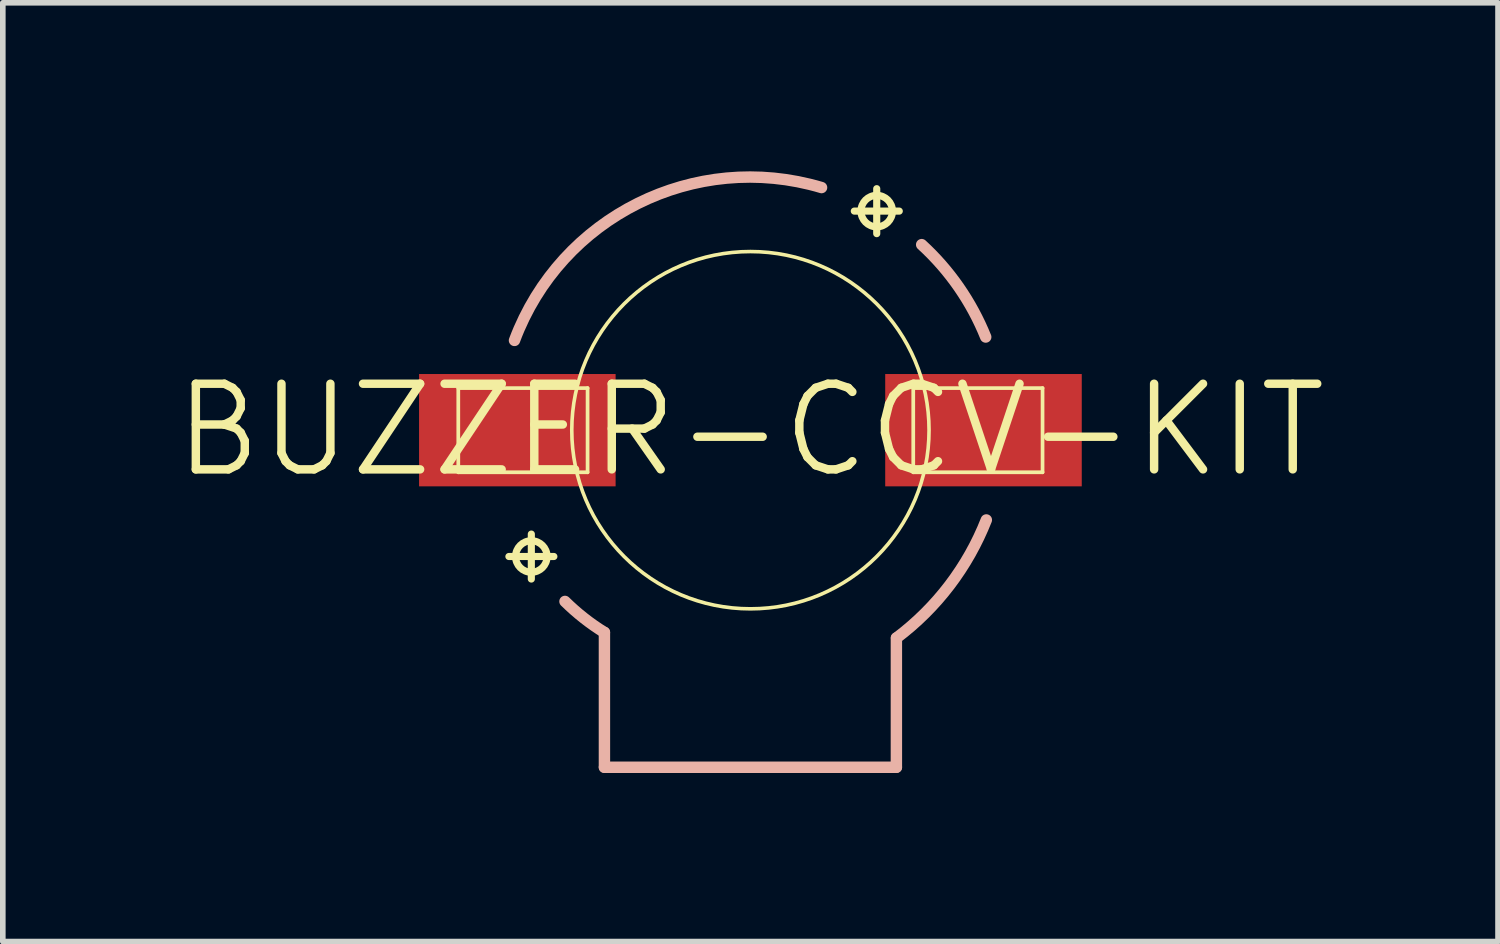
<source format=kicad_pcb>
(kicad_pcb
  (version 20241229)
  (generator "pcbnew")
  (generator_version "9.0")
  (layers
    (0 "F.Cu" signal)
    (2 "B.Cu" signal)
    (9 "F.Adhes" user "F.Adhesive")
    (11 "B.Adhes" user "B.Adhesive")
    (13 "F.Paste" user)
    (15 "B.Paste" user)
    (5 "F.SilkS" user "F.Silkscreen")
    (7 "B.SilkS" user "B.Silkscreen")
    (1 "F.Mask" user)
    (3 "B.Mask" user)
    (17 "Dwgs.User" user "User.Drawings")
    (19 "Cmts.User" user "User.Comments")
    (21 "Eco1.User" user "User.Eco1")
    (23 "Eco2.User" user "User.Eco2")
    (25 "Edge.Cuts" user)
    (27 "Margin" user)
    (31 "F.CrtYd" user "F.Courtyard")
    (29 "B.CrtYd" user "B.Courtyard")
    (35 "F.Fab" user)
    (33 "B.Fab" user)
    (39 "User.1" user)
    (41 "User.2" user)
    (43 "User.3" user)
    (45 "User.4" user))
  (footprint "BUZZER-CCV-KIT"
    (layer "F.Cu")
    (at 10.305 4.606)
    (property "Reference" "BUZZER-CCV-KIT" (at 0 0 0) (layer "F.SilkS") (effects (font (size 1.524 1.524) (thickness 0.15))))
    (attr smd)
    (fp_line (start -5.199 -0.749) (end -2.898 -0.749) (stroke (width 0.066) (type solid)) (layer "F.SilkS"))
    (fp_line (start -5.199 0.749) (end -5.199 -0.749) (stroke (width 0.066) (type solid)) (layer "F.SilkS"))
    (fp_line (start -5.199 0.749) (end -2.898 0.749) (stroke (width 0.066) (type solid)) (layer "F.SilkS"))
    (fp_line (start -4.298 2.248) (end -3.498 2.248) (stroke (width 0.127) (type solid)) (layer "F.SilkS"))
    (fp_line (start -3.899 2.649) (end -3.899 1.849) (stroke (width 0.127) (type solid)) (layer "F.SilkS"))
    (fp_line (start -2.898 0.749) (end -2.898 -0.749) (stroke (width 0.066) (type solid)) (layer "F.SilkS"))
    (fp_line (start -2.598 5.999) (end -2.598 3.698) (stroke (width 0.127) (type solid)) (layer "F.SilkS"))
    (fp_line (start 1.849 -3.899) (end 2.649 -3.899) (stroke (width 0.127) (type solid)) (layer "F.SilkS"))
    (fp_line (start 2.248 -3.498) (end 2.248 -4.298) (stroke (width 0.127) (type solid)) (layer "F.SilkS"))
    (fp_line (start 2.598 5.999) (end -2.598 5.999) (stroke (width 0.127) (type solid)) (layer "F.SilkS"))
    (fp_line (start 2.598 5.999) (end 2.598 3.698) (stroke (width 0.127) (type solid)) (layer "F.SilkS"))
    (fp_line (start 2.898 -0.749) (end 5.199 -0.749) (stroke (width 0.066) (type solid)) (layer "F.SilkS"))
    (fp_line (start 2.898 0.749) (end 2.898 -0.749) (stroke (width 0.066) (type solid)) (layer "F.SilkS"))
    (fp_line (start 2.898 0.749) (end 5.199 0.749) (stroke (width 0.066) (type solid)) (layer "F.SilkS"))
    (fp_line (start 5.199 0.749) (end 5.199 -0.749) (stroke (width 0.066) (type solid)) (layer "F.SilkS"))
    (fp_circle (center -3.899 2.248) (end -4.097 2.446) (stroke (width 0.127) (type solid)) (fill no) (layer "F.SilkS"))
    (fp_circle (center 0 0) (end -2.248 2.248) (stroke (width 0.064) (type solid)) (fill no) (layer "F.SilkS"))
    (fp_circle (center 2.248 -3.899) (end 2.446 -4.097) (stroke (width 0.127) (type solid)) (fill no) (layer "F.SilkS"))
    (fp_line (start -2.598 5.999) (end -2.598 3.599) (stroke (width 0.203) (type solid)) (layer "B.SilkS"))
    (fp_line (start -2.598 5.999) (end 2.598 5.999) (stroke (width 0.203) (type solid)) (layer "B.SilkS"))
    (fp_line (start 2.598 5.999) (end 2.598 3.698) (stroke (width 0.203) (type solid)) (layer "B.SilkS"))
    (fp_arc (start -4.19862 -1.59766) (mid -2.002832 -4.035588) (end 1.265977 -4.3182) (stroke (width 0.2032) (type solid)) (layer "B.SilkS"))
    (fp_arc (start -2.59842 3.59918) (mid -2.964698 3.343253) (end -3.299908 3.047799) (stroke (width 0.2032) (type solid)) (layer "B.SilkS"))
    (fp_arc (start 3.048 -3.302) (mid 3.709998 -2.543969) (end 4.187605 -1.658111) (stroke (width 0.2032) (type solid)) (layer "B.SilkS"))
    (fp_arc (start 4.19862 1.59766) (mid 3.545549 2.758251) (end 2.601146 3.697174) (stroke (width 0.2032) (type solid)) (layer "B.SilkS"))
    (pad "+" smd rect (at 4.148 0) (size 3.498 1.999) (layers "F.Cu" "F.Mask" "F.Paste"))
    (pad "-" smd rect (at -4.148 0) (size 3.498 1.999) (layers "F.Cu" "F.Mask" "F.Paste")))
  (gr_rect
    (start -3 -3)
    (end 23.61 13.707)
    (stroke (width 0.1) (type default))
    (fill no)
    (layer "Edge.Cuts")))
</source>
